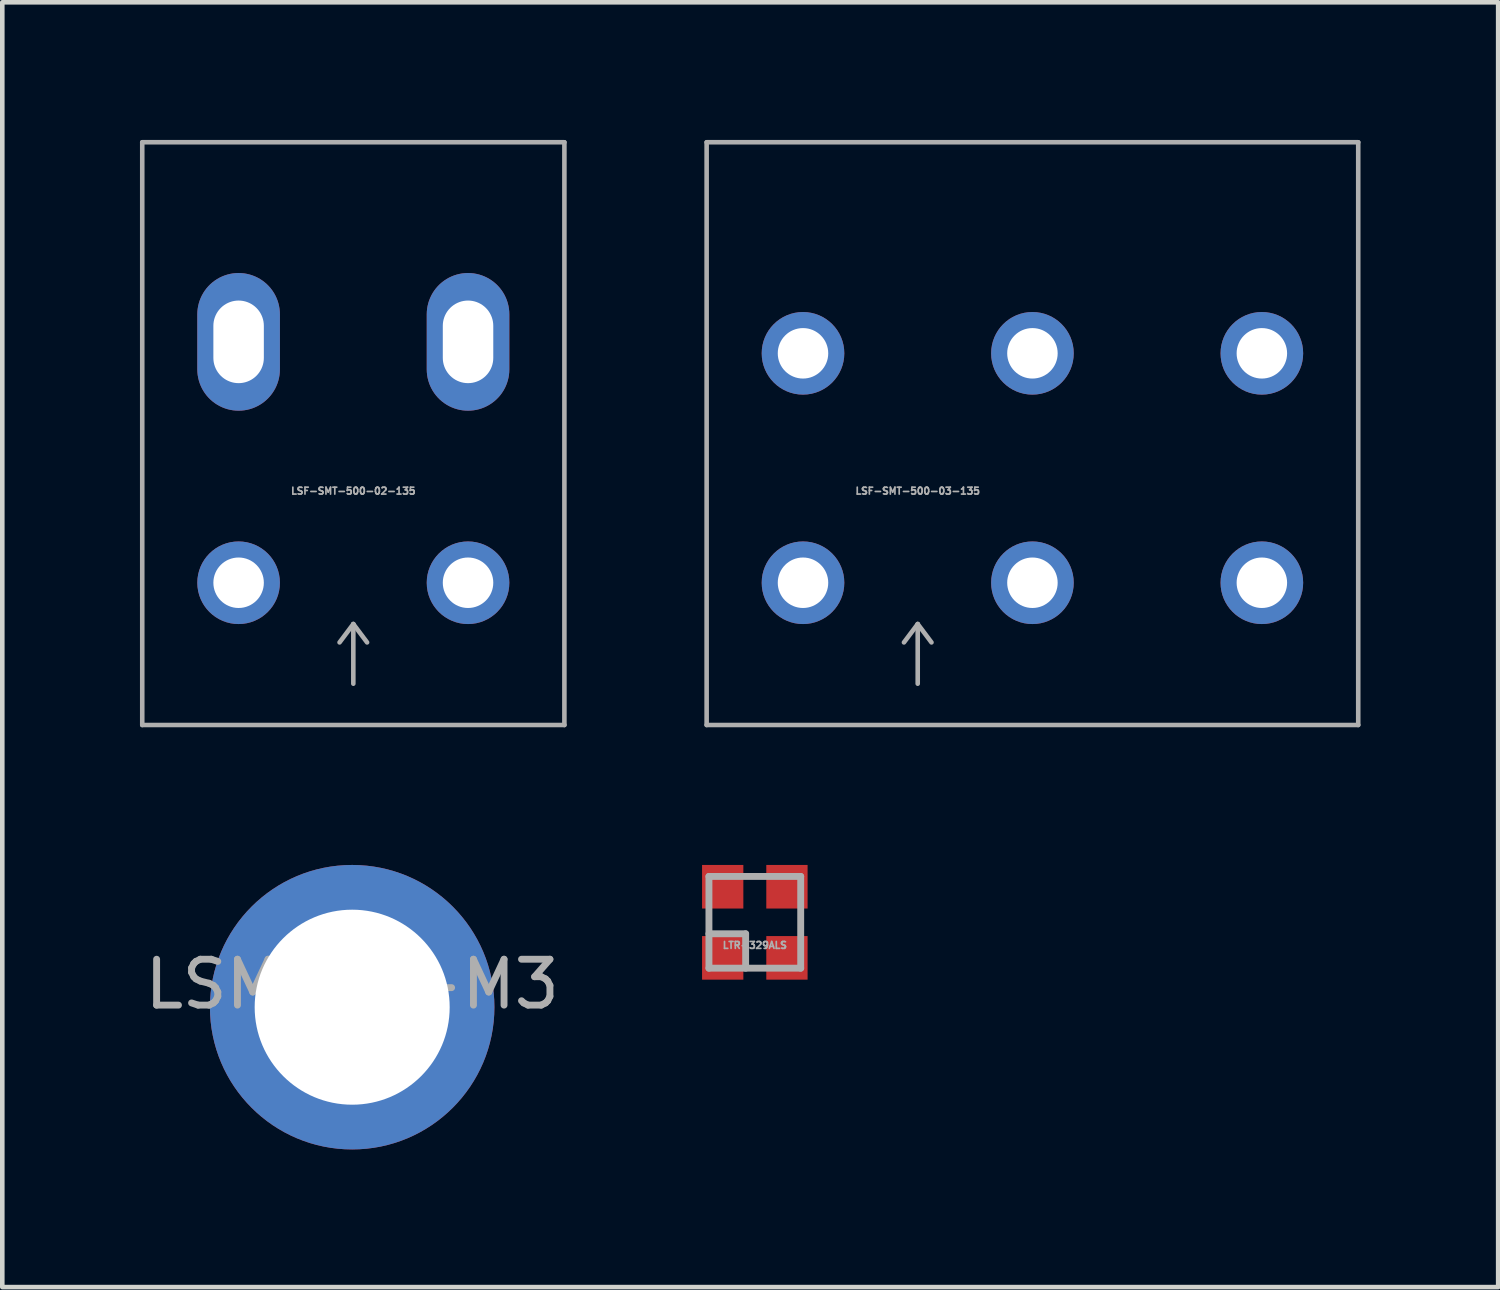
<source format=kicad_pcb>
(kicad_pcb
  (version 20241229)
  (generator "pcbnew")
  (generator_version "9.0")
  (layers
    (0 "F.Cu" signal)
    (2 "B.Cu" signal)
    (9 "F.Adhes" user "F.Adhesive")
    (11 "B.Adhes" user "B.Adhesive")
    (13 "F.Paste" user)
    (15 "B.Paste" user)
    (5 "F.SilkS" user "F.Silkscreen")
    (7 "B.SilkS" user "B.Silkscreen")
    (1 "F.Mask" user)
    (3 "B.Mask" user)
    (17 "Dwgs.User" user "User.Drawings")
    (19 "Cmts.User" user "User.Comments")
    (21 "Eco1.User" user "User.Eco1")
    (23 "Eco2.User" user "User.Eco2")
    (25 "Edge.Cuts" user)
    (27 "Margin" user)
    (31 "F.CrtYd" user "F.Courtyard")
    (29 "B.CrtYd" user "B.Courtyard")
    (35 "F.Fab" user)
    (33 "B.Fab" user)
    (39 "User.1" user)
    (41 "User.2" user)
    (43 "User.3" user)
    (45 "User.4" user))
  (footprint "LSF-SMT-500-02-135"
    (layer "F.Cu")
    (at 4.65 7.15)
    (property "Reference" "LSF-SMT-500-02-135" (at 0 0.5 0) (layer "F.Fab") (effects (font (size 0.15 0.15) (thickness 0.037))))
    (attr through_hole)
    (fp_line (start -4.6 -7.1) (end -4.6 5.6) (stroke (width 0.1) (type solid)) (layer "F.Fab"))
    (fp_line (start -4.6 5.6) (end 4.6 5.6) (stroke (width 0.1) (type solid)) (layer "F.Fab"))
    (fp_line (start 0 3.4) (end -0.3 3.8) (stroke (width 0.1) (type solid)) (layer "F.Fab"))
    (fp_line (start 0 3.4) (end 0.3 3.8) (stroke (width 0.1) (type solid)) (layer "F.Fab"))
    (fp_line (start 0 4.7) (end 0 3.4) (stroke (width 0.1) (type solid)) (layer "F.Fab"))
    (fp_line (start 4.6 -7.1) (end -4.6 -7.1) (stroke (width 0.1) (type solid)) (layer "F.Fab"))
    (fp_line (start 4.6 5.6) (end 4.6 -7.1) (stroke (width 0.1) (type solid)) (layer "F.Fab"))
    (pad "1" thru_hole oval (at -2.5 -2.75) (size 1.8 3) (drill oval 1.1 1.8) (layers "*.Cu" "*.Mask"))
    (pad "1" thru_hole circle (at -2.5 2.5) (size 1.8 1.8) (drill 1.1) (layers "*.Cu" "*.Mask"))
    (pad "2" thru_hole oval (at 2.5 -2.75) (size 1.8 3) (drill oval 1.1 1.8) (layers "*.Cu" "*.Mask"))
    (pad "2" thru_hole circle (at 2.5 2.5) (size 1.8 1.8) (drill 1.1) (layers "*.Cu" "*.Mask")))
  (footprint "LTR-329ALS"
    (layer "F.Cu")
    (at 13.4 17.05)
    (property "Reference" "LTR-329ALS" (at 0 0.5 0) (layer "F.Fab") (effects (font (size 0.15 0.15) (thickness 0.037))))
    (attr smd)
    (fp_line (start -1 -1) (end 1 -1) (stroke (width 0.15) (type solid)) (layer "F.Fab"))
    (fp_line (start -1 0.25) (end -0.2 0.25) (stroke (width 0.15) (type solid)) (layer "F.Fab"))
    (fp_line (start -1 1) (end -1 -1) (stroke (width 0.15) (type solid)) (layer "F.Fab"))
    (fp_line (start -0.2 0.25) (end -0.2 1) (stroke (width 0.15) (type solid)) (layer "F.Fab"))
    (fp_line (start 1 -1) (end 1 1) (stroke (width 0.15) (type solid)) (layer "F.Fab"))
    (fp_line (start 1 1) (end -1 1) (stroke (width 0.15) (type solid)) (layer "F.Fab"))
    (pad "1" smd rect (at -0.7 0.775) (size 0.9 0.95) (layers "F.Cu" "F.Mask" "F.Paste"))
    (pad "2" smd rect (at 0.7 0.775) (size 0.9 0.95) (layers "F.Cu" "F.Mask" "F.Paste"))
    (pad "3" smd rect (at 0.7 -0.775) (size 0.9 0.95) (layers "F.Cu" "F.Mask" "F.Paste"))
    (pad "4" smd rect (at -0.7 -0.775) (size 0.9 0.95) (layers "F.Cu" "F.Mask" "F.Paste")))
  (footprint "LSMTSO-M3"
    (layer "F.Cu")
    (at 4.625 18.9)
    (property "Reference" "LSMTSO-M3" (at 0 -0.5 0) (unlocked yes) (layer "F.Fab") (effects (font (size 1 1) (thickness 0.15))))
    (attr smd)
    (fp_arc (start -2.550891 -0.766814) (mid -1.846307 -1.869267) (end -0.7 -2.499999) (stroke (width 0.8) (type solid)) (layer "F.Paste"))
    (fp_arc (start -0.664243 2.564244) (mid -1.8 1.9) (end -2.464244 0.764243) (stroke (width 0.8) (type solid)) (layer "F.Paste"))
    (fp_arc (start 0.699999 -2.500001) (mid 1.835756 -1.835757) (end 2.5 -0.7) (stroke (width 0.8) (type solid)) (layer "F.Paste"))
    (fp_arc (start 2.464244 0.764243) (mid 1.8 1.9) (end 0.664243 2.564244) (stroke (width 0.8) (type solid)) (layer "F.Paste"))
    (pad "" thru_hole circle (at 0 0) (size 6.2 6.2) (drill 4.25) (layers "*.Cu" "*.Mask")))
  (footprint "LSF-SMT-500-03-135"
    (layer "F.Cu")
    (at 19.45 7.15)
    (property "Reference" "LSF-SMT-500-03-135" (at -2.5 0.5 0) (layer "F.Fab") (effects (font (size 0.15 0.15) (thickness 0.037))))
    (attr through_hole)
    (fp_line (start -7.1 -7.1) (end -7.1 5.6) (stroke (width 0.1) (type solid)) (layer "F.Fab"))
    (fp_line (start -7.1 5.6) (end 7.1 5.6) (stroke (width 0.1) (type solid)) (layer "F.Fab"))
    (fp_line (start -2.5 3.4) (end -2.8 3.8) (stroke (width 0.1) (type solid)) (layer "F.Fab"))
    (fp_line (start -2.5 3.4) (end -2.2 3.8) (stroke (width 0.1) (type solid)) (layer "F.Fab"))
    (fp_line (start -2.5 4.7) (end -2.5 3.4) (stroke (width 0.1) (type solid)) (layer "F.Fab"))
    (fp_line (start 7.1 -7.1) (end -7.1 -7.1) (stroke (width 0.1) (type solid)) (layer "F.Fab"))
    (fp_line (start 7.1 5.6) (end 7.1 -7.1) (stroke (width 0.1) (type solid)) (layer "F.Fab"))
    (pad "1" thru_hole circle (at -5 -2.5) (size 1.8 1.8) (drill 1.1) (layers "*.Cu" "*.Mask"))
    (pad "1" thru_hole circle (at -5 2.5) (size 1.8 1.8) (drill 1.1) (layers "*.Cu" "*.Mask"))
    (pad "2" thru_hole circle (at 0 -2.5) (size 1.8 1.8) (drill 1.1) (layers "*.Cu" "*.Mask"))
    (pad "2" thru_hole circle (at 0 2.5) (size 1.8 1.8) (drill 1.1) (layers "*.Cu" "*.Mask"))
    (pad "3" thru_hole circle (at 5 -2.5) (size 1.8 1.8) (drill 1.1) (layers "*.Cu" "*.Mask"))
    (pad "3" thru_hole circle (at 5 2.5) (size 1.8 1.8) (drill 1.1) (layers "*.Cu" "*.Mask")))
  (gr_rect
    (start -3 -3)
    (end 29.6 25)
    (stroke (width 0.1) (type default))
    (fill no)
    (layer "Edge.Cuts")))
</source>
